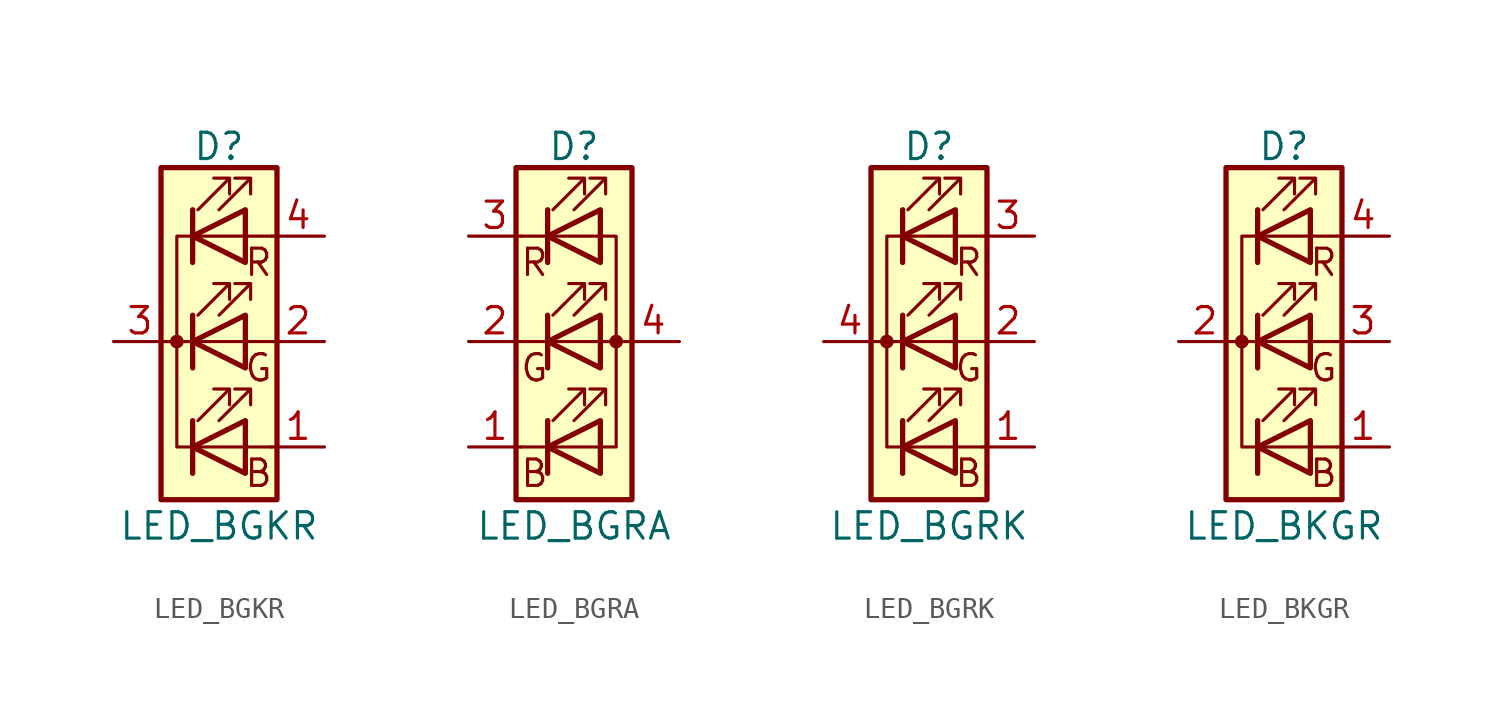
<source format=kicad_sym>
(kicad_symbol_lib
  (version 20241209)
  (generator "kicad_symbol_editor")
  (generator_version "9.0")
  (symbol "LED_BGKR"
    (pin_names
      (offset 0)
      (hide yes))
    (property "Reference" "D"
      (at 0 9.398 0)
      (effects (font (size 1.27 1.27))))
    (property "Value" "LED_BGKR"
      (at 0 -8.89 0)
      (effects (font (size 1.27 1.27))))
    (symbol "LED_BGKR_0_0"
      (text "R" (at 1.905 3.81 0) (effects (font (size 1.27 1.27))))
      (text "G" (at 1.905 -1.27 0) (effects (font (size 1.27 1.27))))
      (text "B" (at 1.905 -6.35 0) (effects (font (size 1.27 1.27)))))
    (symbol "LED_BGKR_0_1"
      (circle (center -2.032 0) (radius 0.254) (stroke (width 0) (type default)) (fill (type outline)))
      (polyline (pts (xy -1.27 6.35) (xy -1.27 3.81)) (stroke (width 0.254) (type default)) (fill (type none)))
      (polyline (pts (xy -1.27 6.35) (xy -1.27 3.81) (xy -1.27 3.81)) (stroke (width 0) (type default)) (fill (type none)))
      (polyline (pts (xy -1.27 5.08) (xy 1.27 5.08)) (stroke (width 0) (type default)) (fill (type none)))
      (polyline (pts (xy -1.27 5.08) (xy -2.032 5.08) (xy -2.032 -5.08) (xy -1.016 -5.08)) (stroke (width 0) (type default)) (fill (type none)))
      (polyline (pts (xy -1.27 1.27) (xy -1.27 -1.27)) (stroke (width 0.254) (type default)) (fill (type none)))
      (polyline (pts (xy -1.27 1.27) (xy -1.27 -1.27) (xy -1.27 -1.27)) (stroke (width 0) (type default)) (fill (type none)))
      (polyline (pts (xy -1.27 0) (xy -2.54 0)) (stroke (width 0) (type default)) (fill (type none)))
      (polyline (pts (xy -1.27 -3.81) (xy -1.27 -6.35)) (stroke (width 0.254) (type default)) (fill (type none)))
      (polyline (pts (xy -1.27 -5.08) (xy 1.27 -5.08)) (stroke (width 0) (type default)) (fill (type none)))
      (polyline (pts (xy -1.016 6.35) (xy 0.508 7.874) (xy -0.254 7.874) (xy 0.508 7.874) (xy 0.508 7.112)) (stroke (width 0) (type default)) (fill (type none)))
      (polyline (pts (xy -1.016 1.27) (xy 0.508 2.794) (xy -0.254 2.794) (xy 0.508 2.794) (xy 0.508 2.032)) (stroke (width 0) (type default)) (fill (type none)))
      (polyline (pts (xy -1.016 -3.81) (xy 0.508 -2.286) (xy -0.254 -2.286) (xy 0.508 -2.286) (xy 0.508 -3.048)) (stroke (width 0) (type default)) (fill (type none)))
      (polyline (pts (xy 0 6.35) (xy 1.524 7.874) (xy 0.762 7.874) (xy 1.524 7.874) (xy 1.524 7.112)) (stroke (width 0) (type default)) (fill (type none)))
      (polyline (pts (xy 0 1.27) (xy 1.524 2.794) (xy 0.762 2.794) (xy 1.524 2.794) (xy 1.524 2.032)) (stroke (width 0) (type default)) (fill (type none)))
      (polyline (pts (xy 0 -3.81) (xy 1.524 -2.286) (xy 0.762 -2.286) (xy 1.524 -2.286) (xy 1.524 -3.048)) (stroke (width 0) (type default)) (fill (type none)))
      (polyline (pts (xy 1.27 6.35) (xy 1.27 3.81) (xy -1.27 5.08) (xy 1.27 6.35)) (stroke (width 0.254) (type default)) (fill (type none)))
      (rectangle (start 1.27 6.35) (end 1.27 6.35) (stroke (width 0) (type default)) (fill (type none)))
      (polyline (pts (xy 1.27 5.08) (xy 2.54 5.08)) (stroke (width 0) (type default)) (fill (type none)))
      (rectangle (start 1.27 3.81) (end 1.27 6.35) (stroke (width 0) (type default)) (fill (type none)))
      (polyline (pts (xy 1.27 1.27) (xy 1.27 -1.27) (xy -1.27 0) (xy 1.27 1.27)) (stroke (width 0.254) (type default)) (fill (type none)))
      (rectangle (start 1.27 1.27) (end 1.27 1.27) (stroke (width 0) (type default)) (fill (type none)))
      (polyline (pts (xy 1.27 0) (xy -1.27 0)) (stroke (width 0) (type default)) (fill (type none)))
      (polyline (pts (xy 1.27 0) (xy 2.54 0)) (stroke (width 0) (type default)) (fill (type none)))
      (rectangle (start 1.27 -1.27) (end 1.27 1.27) (stroke (width 0) (type default)) (fill (type none)))
      (polyline (pts (xy 1.27 -3.81) (xy 1.27 -6.35) (xy -1.27 -5.08) (xy 1.27 -3.81)) (stroke (width 0.254) (type default)) (fill (type none)))
      (polyline (pts (xy 1.27 -5.08) (xy 2.54 -5.08)) (stroke (width 0) (type default)) (fill (type none)))
      (rectangle (start 2.794 8.382) (end -2.794 -7.62) (stroke (width 0.254) (type default)) (fill (type background))))
    (symbol "LED_BGKR_1_1"
      (pin passive line (at -5.08 0 0) (length 2.54) (name "K" (effects (font (size 1.27 1.27)))) (number "3" (effects (font (size 1.27 1.27)))))
      (pin passive line (at 5.08 5.08 180) (length 2.54) (name "RA" (effects (font (size 1.27 1.27)))) (number "4" (effects (font (size 1.27 1.27)))))
      (pin passive line (at 5.08 0 180) (length 2.54) (name "GA" (effects (font (size 1.27 1.27)))) (number "2" (effects (font (size 1.27 1.27)))))
      (pin passive line (at 5.08 -5.08 180) (length 2.54) (name "BA" (effects (font (size 1.27 1.27)))) (number "1" (effects (font (size 1.27 1.27)))))))
  (symbol "LED_BGRA"
    (pin_names
      (offset 0)
      (hide yes))
    (property "Reference" "D"
      (at 0 9.398 0)
      (effects (font (size 1.27 1.27))))
    (property "Value" "LED_BGRA"
      (at 0 -8.89 0)
      (effects (font (size 1.27 1.27))))
    (symbol "LED_BGRA_0_0"
      (text "R" (at -1.905 3.81 0) (effects (font (size 1.27 1.27))))
      (text "G" (at -1.905 -1.27 0) (effects (font (size 1.27 1.27))))
      (text "B" (at -1.905 -6.35 0) (effects (font (size 1.27 1.27)))))
    (symbol "LED_BGRA_0_1"
      (polyline (pts (xy -1.27 6.35) (xy -1.27 3.81)) (stroke (width 0.254) (type default)) (fill (type none)))
      (polyline (pts (xy -1.27 6.35) (xy -1.27 3.81) (xy -1.27 3.81)) (stroke (width 0) (type default)) (fill (type none)))
      (polyline (pts (xy -1.27 5.08) (xy -2.54 5.08)) (stroke (width 0) (type default)) (fill (type none)))
      (polyline (pts (xy -1.27 5.08) (xy 1.27 5.08)) (stroke (width 0) (type default)) (fill (type none)))
      (polyline (pts (xy -1.27 1.27) (xy -1.27 -1.27)) (stroke (width 0.254) (type default)) (fill (type none)))
      (polyline (pts (xy -1.27 1.27) (xy -1.27 -1.27) (xy -1.27 -1.27)) (stroke (width 0) (type default)) (fill (type none)))
      (polyline (pts (xy -1.27 0) (xy -2.54 0)) (stroke (width 0) (type default)) (fill (type none)))
      (polyline (pts (xy -1.27 -3.81) (xy -1.27 -6.35)) (stroke (width 0.254) (type default)) (fill (type none)))
      (polyline (pts (xy -1.27 -5.08) (xy -2.54 -5.08)) (stroke (width 0) (type default)) (fill (type none)))
      (polyline (pts (xy -1.27 -5.08) (xy 1.27 -5.08)) (stroke (width 0) (type default)) (fill (type none)))
      (polyline (pts (xy -1.016 6.35) (xy 0.508 7.874) (xy -0.254 7.874) (xy 0.508 7.874) (xy 0.508 7.112)) (stroke (width 0) (type default)) (fill (type none)))
      (polyline (pts (xy -1.016 1.27) (xy 0.508 2.794) (xy -0.254 2.794) (xy 0.508 2.794) (xy 0.508 2.032)) (stroke (width 0) (type default)) (fill (type none)))
      (polyline (pts (xy -1.016 -3.81) (xy 0.508 -2.286) (xy -0.254 -2.286) (xy 0.508 -2.286) (xy 0.508 -3.048)) (stroke (width 0) (type default)) (fill (type none)))
      (polyline (pts (xy 0 6.35) (xy 1.524 7.874) (xy 0.762 7.874) (xy 1.524 7.874) (xy 1.524 7.112)) (stroke (width 0) (type default)) (fill (type none)))
      (polyline (pts (xy 0 1.27) (xy 1.524 2.794) (xy 0.762 2.794) (xy 1.524 2.794) (xy 1.524 2.032)) (stroke (width 0) (type default)) (fill (type none)))
      (polyline (pts (xy 0 -3.81) (xy 1.524 -2.286) (xy 0.762 -2.286) (xy 1.524 -2.286) (xy 1.524 -3.048)) (stroke (width 0) (type default)) (fill (type none)))
      (polyline (pts (xy 1.27 6.35) (xy 1.27 3.81) (xy -1.27 5.08) (xy 1.27 6.35)) (stroke (width 0.254) (type default)) (fill (type none)))
      (rectangle (start 1.27 6.35) (end 1.27 6.35) (stroke (width 0) (type default)) (fill (type none)))
      (rectangle (start 1.27 3.81) (end 1.27 6.35) (stroke (width 0) (type default)) (fill (type none)))
      (polyline (pts (xy 1.27 1.27) (xy 1.27 -1.27) (xy -1.27 0) (xy 1.27 1.27)) (stroke (width 0.254) (type default)) (fill (type none)))
      (rectangle (start 1.27 1.27) (end 1.27 1.27) (stroke (width 0) (type default)) (fill (type none)))
      (polyline (pts (xy 1.27 0) (xy -1.27 0)) (stroke (width 0) (type default)) (fill (type none)))
      (polyline (pts (xy 1.27 0) (xy 2.54 0)) (stroke (width 0) (type default)) (fill (type none)))
      (rectangle (start 1.27 -1.27) (end 1.27 1.27) (stroke (width 0) (type default)) (fill (type none)))
      (polyline (pts (xy 1.27 -3.81) (xy 1.27 -6.35) (xy -1.27 -5.08) (xy 1.27 -3.81)) (stroke (width 0.254) (type default)) (fill (type none)))
      (polyline (pts (xy 1.27 -5.08) (xy 2.032 -5.08) (xy 2.032 5.08) (xy 1.27 5.08)) (stroke (width 0) (type default)) (fill (type none)))
      (circle (center 2.032 0) (radius 0.254) (stroke (width 0) (type default)) (fill (type outline)))
      (rectangle (start 2.794 8.382) (end -2.794 -7.62) (stroke (width 0.254) (type default)) (fill (type background))))
    (symbol "LED_BGRA_1_1"
      (pin passive line (at -5.08 5.08 0) (length 2.54) (name "RK" (effects (font (size 1.27 1.27)))) (number "3" (effects (font (size 1.27 1.27)))))
      (pin passive line (at -5.08 0 0) (length 2.54) (name "GK" (effects (font (size 1.27 1.27)))) (number "2" (effects (font (size 1.27 1.27)))))
      (pin passive line (at -5.08 -5.08 0) (length 2.54) (name "BK" (effects (font (size 1.27 1.27)))) (number "1" (effects (font (size 1.27 1.27)))))
      (pin passive line (at 5.08 0 180) (length 2.54) (name "A" (effects (font (size 1.27 1.27)))) (number "4" (effects (font (size 1.27 1.27)))))))
  (symbol "LED_BGRK"
    (pin_names
      (offset 0)
      (hide yes))
    (property "Reference" "D"
      (at 0 9.398 0)
      (effects (font (size 1.27 1.27))))
    (property "Value" "LED_BGRK"
      (at 0 -8.89 0)
      (effects (font (size 1.27 1.27))))
    (symbol "LED_BGRK_0_0"
      (text "R" (at 1.905 3.81 0) (effects (font (size 1.27 1.27))))
      (text "G" (at 1.905 -1.27 0) (effects (font (size 1.27 1.27))))
      (text "B" (at 1.905 -6.35 0) (effects (font (size 1.27 1.27)))))
    (symbol "LED_BGRK_0_1"
      (circle (center -2.032 0) (radius 0.254) (stroke (width 0) (type default)) (fill (type outline)))
      (polyline (pts (xy -1.27 6.35) (xy -1.27 3.81)) (stroke (width 0.254) (type default)) (fill (type none)))
      (polyline (pts (xy -1.27 6.35) (xy -1.27 3.81) (xy -1.27 3.81)) (stroke (width 0) (type default)) (fill (type none)))
      (polyline (pts (xy -1.27 5.08) (xy 1.27 5.08)) (stroke (width 0) (type default)) (fill (type none)))
      (polyline (pts (xy -1.27 5.08) (xy -2.032 5.08) (xy -2.032 -5.08) (xy -1.016 -5.08)) (stroke (width 0) (type default)) (fill (type none)))
      (polyline (pts (xy -1.27 1.27) (xy -1.27 -1.27)) (stroke (width 0.254) (type default)) (fill (type none)))
      (polyline (pts (xy -1.27 1.27) (xy -1.27 -1.27) (xy -1.27 -1.27)) (stroke (width 0) (type default)) (fill (type none)))
      (polyline (pts (xy -1.27 0) (xy -2.54 0)) (stroke (width 0) (type default)) (fill (type none)))
      (polyline (pts (xy -1.27 -3.81) (xy -1.27 -6.35)) (stroke (width 0.254) (type default)) (fill (type none)))
      (polyline (pts (xy -1.27 -5.08) (xy 1.27 -5.08)) (stroke (width 0) (type default)) (fill (type none)))
      (polyline (pts (xy -1.016 6.35) (xy 0.508 7.874) (xy -0.254 7.874) (xy 0.508 7.874) (xy 0.508 7.112)) (stroke (width 0) (type default)) (fill (type none)))
      (polyline (pts (xy -1.016 1.27) (xy 0.508 2.794) (xy -0.254 2.794) (xy 0.508 2.794) (xy 0.508 2.032)) (stroke (width 0) (type default)) (fill (type none)))
      (polyline (pts (xy -1.016 -3.81) (xy 0.508 -2.286) (xy -0.254 -2.286) (xy 0.508 -2.286) (xy 0.508 -3.048)) (stroke (width 0) (type default)) (fill (type none)))
      (polyline (pts (xy 0 6.35) (xy 1.524 7.874) (xy 0.762 7.874) (xy 1.524 7.874) (xy 1.524 7.112)) (stroke (width 0) (type default)) (fill (type none)))
      (polyline (pts (xy 0 1.27) (xy 1.524 2.794) (xy 0.762 2.794) (xy 1.524 2.794) (xy 1.524 2.032)) (stroke (width 0) (type default)) (fill (type none)))
      (polyline (pts (xy 0 -3.81) (xy 1.524 -2.286) (xy 0.762 -2.286) (xy 1.524 -2.286) (xy 1.524 -3.048)) (stroke (width 0) (type default)) (fill (type none)))
      (polyline (pts (xy 1.27 6.35) (xy 1.27 3.81) (xy -1.27 5.08) (xy 1.27 6.35)) (stroke (width 0.254) (type default)) (fill (type none)))
      (rectangle (start 1.27 6.35) (end 1.27 6.35) (stroke (width 0) (type default)) (fill (type none)))
      (polyline (pts (xy 1.27 5.08) (xy 2.54 5.08)) (stroke (width 0) (type default)) (fill (type none)))
      (rectangle (start 1.27 3.81) (end 1.27 6.35) (stroke (width 0) (type default)) (fill (type none)))
      (polyline (pts (xy 1.27 1.27) (xy 1.27 -1.27) (xy -1.27 0) (xy 1.27 1.27)) (stroke (width 0.254) (type default)) (fill (type none)))
      (rectangle (start 1.27 1.27) (end 1.27 1.27) (stroke (width 0) (type default)) (fill (type none)))
      (polyline (pts (xy 1.27 0) (xy -1.27 0)) (stroke (width 0) (type default)) (fill (type none)))
      (polyline (pts (xy 1.27 0) (xy 2.54 0)) (stroke (width 0) (type default)) (fill (type none)))
      (rectangle (start 1.27 -1.27) (end 1.27 1.27) (stroke (width 0) (type default)) (fill (type none)))
      (polyline (pts (xy 1.27 -3.81) (xy 1.27 -6.35) (xy -1.27 -5.08) (xy 1.27 -3.81)) (stroke (width 0.254) (type default)) (fill (type none)))
      (polyline (pts (xy 1.27 -5.08) (xy 2.54 -5.08)) (stroke (width 0) (type default)) (fill (type none)))
      (rectangle (start 2.794 8.382) (end -2.794 -7.62) (stroke (width 0.254) (type default)) (fill (type background))))
    (symbol "LED_BGRK_1_1"
      (pin passive line (at -5.08 0 0) (length 2.54) (name "K" (effects (font (size 1.27 1.27)))) (number "4" (effects (font (size 1.27 1.27)))))
      (pin passive line (at 5.08 5.08 180) (length 2.54) (name "RA" (effects (font (size 1.27 1.27)))) (number "3" (effects (font (size 1.27 1.27)))))
      (pin passive line (at 5.08 0 180) (length 2.54) (name "GA" (effects (font (size 1.27 1.27)))) (number "2" (effects (font (size 1.27 1.27)))))
      (pin passive line (at 5.08 -5.08 180) (length 2.54) (name "BA" (effects (font (size 1.27 1.27)))) (number "1" (effects (font (size 1.27 1.27)))))))
  (symbol "LED_BKGR"
    (pin_names
      (offset 0)
      (hide yes))
    (property "Reference" "D"
      (at 0 9.398 0)
      (effects (font (size 1.27 1.27))))
    (property "Value" "LED_BKGR"
      (at 0 -8.89 0)
      (effects (font (size 1.27 1.27))))
    (symbol "LED_BKGR_0_0"
      (text "R" (at 1.905 3.81 0) (effects (font (size 1.27 1.27))))
      (text "G" (at 1.905 -1.27 0) (effects (font (size 1.27 1.27))))
      (text "B" (at 1.905 -6.35 0) (effects (font (size 1.27 1.27)))))
    (symbol "LED_BKGR_0_1"
      (circle (center -2.032 0) (radius 0.254) (stroke (width 0) (type default)) (fill (type outline)))
      (polyline (pts (xy -1.27 6.35) (xy -1.27 3.81)) (stroke (width 0.254) (type default)) (fill (type none)))
      (polyline (pts (xy -1.27 6.35) (xy -1.27 3.81) (xy -1.27 3.81)) (stroke (width 0) (type default)) (fill (type none)))
      (polyline (pts (xy -1.27 5.08) (xy 1.27 5.08)) (stroke (width 0) (type default)) (fill (type none)))
      (polyline (pts (xy -1.27 5.08) (xy -2.032 5.08) (xy -2.032 -5.08) (xy -1.016 -5.08)) (stroke (width 0) (type default)) (fill (type none)))
      (polyline (pts (xy -1.27 1.27) (xy -1.27 -1.27)) (stroke (width 0.254) (type default)) (fill (type none)))
      (polyline (pts (xy -1.27 1.27) (xy -1.27 -1.27) (xy -1.27 -1.27)) (stroke (width 0) (type default)) (fill (type none)))
      (polyline (pts (xy -1.27 0) (xy -2.54 0)) (stroke (width 0) (type default)) (fill (type none)))
      (polyline (pts (xy -1.27 -3.81) (xy -1.27 -6.35)) (stroke (width 0.254) (type default)) (fill (type none)))
      (polyline (pts (xy -1.27 -5.08) (xy 1.27 -5.08)) (stroke (width 0) (type default)) (fill (type none)))
      (polyline (pts (xy -1.016 6.35) (xy 0.508 7.874) (xy -0.254 7.874) (xy 0.508 7.874) (xy 0.508 7.112)) (stroke (width 0) (type default)) (fill (type none)))
      (polyline (pts (xy -1.016 1.27) (xy 0.508 2.794) (xy -0.254 2.794) (xy 0.508 2.794) (xy 0.508 2.032)) (stroke (width 0) (type default)) (fill (type none)))
      (polyline (pts (xy -1.016 -3.81) (xy 0.508 -2.286) (xy -0.254 -2.286) (xy 0.508 -2.286) (xy 0.508 -3.048)) (stroke (width 0) (type default)) (fill (type none)))
      (polyline (pts (xy 0 6.35) (xy 1.524 7.874) (xy 0.762 7.874) (xy 1.524 7.874) (xy 1.524 7.112)) (stroke (width 0) (type default)) (fill (type none)))
      (polyline (pts (xy 0 1.27) (xy 1.524 2.794) (xy 0.762 2.794) (xy 1.524 2.794) (xy 1.524 2.032)) (stroke (width 0) (type default)) (fill (type none)))
      (polyline (pts (xy 0 -3.81) (xy 1.524 -2.286) (xy 0.762 -2.286) (xy 1.524 -2.286) (xy 1.524 -3.048)) (stroke (width 0) (type default)) (fill (type none)))
      (polyline (pts (xy 1.27 6.35) (xy 1.27 3.81) (xy -1.27 5.08) (xy 1.27 6.35)) (stroke (width 0.254) (type default)) (fill (type none)))
      (rectangle (start 1.27 6.35) (end 1.27 6.35) (stroke (width 0) (type default)) (fill (type none)))
      (polyline (pts (xy 1.27 5.08) (xy 2.54 5.08)) (stroke (width 0) (type default)) (fill (type none)))
      (rectangle (start 1.27 3.81) (end 1.27 6.35) (stroke (width 0) (type default)) (fill (type none)))
      (polyline (pts (xy 1.27 1.27) (xy 1.27 -1.27) (xy -1.27 0) (xy 1.27 1.27)) (stroke (width 0.254) (type default)) (fill (type none)))
      (rectangle (start 1.27 1.27) (end 1.27 1.27) (stroke (width 0) (type default)) (fill (type none)))
      (polyline (pts (xy 1.27 0) (xy -1.27 0)) (stroke (width 0) (type default)) (fill (type none)))
      (polyline (pts (xy 1.27 0) (xy 2.54 0)) (stroke (width 0) (type default)) (fill (type none)))
      (rectangle (start 1.27 -1.27) (end 1.27 1.27) (stroke (width 0) (type default)) (fill (type none)))
      (polyline (pts (xy 1.27 -3.81) (xy 1.27 -6.35) (xy -1.27 -5.08) (xy 1.27 -3.81)) (stroke (width 0.254) (type default)) (fill (type none)))
      (polyline (pts (xy 1.27 -5.08) (xy 2.54 -5.08)) (stroke (width 0) (type default)) (fill (type none)))
      (rectangle (start 2.794 8.382) (end -2.794 -7.62) (stroke (width 0.254) (type default)) (fill (type background))))
    (symbol "LED_BKGR_1_1"
      (pin passive line (at -5.08 0 0) (length 2.54) (name "K" (effects (font (size 1.27 1.27)))) (number "2" (effects (font (size 1.27 1.27)))))
      (pin passive line (at 5.08 5.08 180) (length 2.54) (name "RA" (effects (font (size 1.27 1.27)))) (number "4" (effects (font (size 1.27 1.27)))))
      (pin passive line (at 5.08 0 180) (length 2.54) (name "GA" (effects (font (size 1.27 1.27)))) (number "3" (effects (font (size 1.27 1.27)))))
      (pin passive line (at 5.08 -5.08 180) (length 2.54) (name "BA" (effects (font (size 1.27 1.27)))) (number "1" (effects (font (size 1.27 1.27))))))))
</source>
